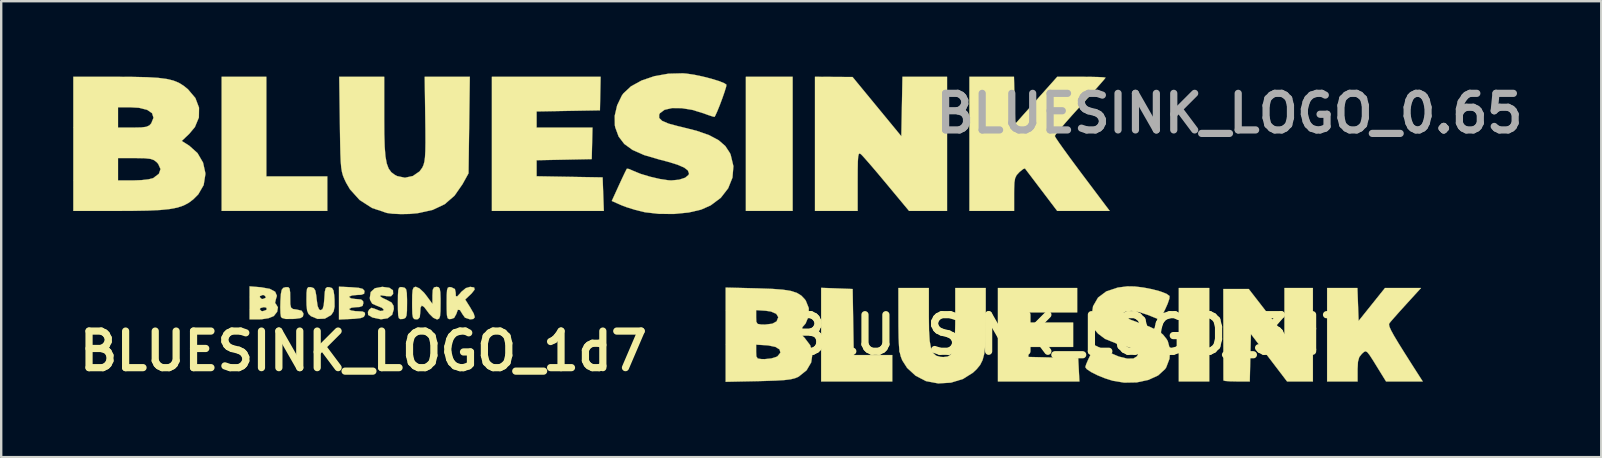
<source format=kicad_pcb>
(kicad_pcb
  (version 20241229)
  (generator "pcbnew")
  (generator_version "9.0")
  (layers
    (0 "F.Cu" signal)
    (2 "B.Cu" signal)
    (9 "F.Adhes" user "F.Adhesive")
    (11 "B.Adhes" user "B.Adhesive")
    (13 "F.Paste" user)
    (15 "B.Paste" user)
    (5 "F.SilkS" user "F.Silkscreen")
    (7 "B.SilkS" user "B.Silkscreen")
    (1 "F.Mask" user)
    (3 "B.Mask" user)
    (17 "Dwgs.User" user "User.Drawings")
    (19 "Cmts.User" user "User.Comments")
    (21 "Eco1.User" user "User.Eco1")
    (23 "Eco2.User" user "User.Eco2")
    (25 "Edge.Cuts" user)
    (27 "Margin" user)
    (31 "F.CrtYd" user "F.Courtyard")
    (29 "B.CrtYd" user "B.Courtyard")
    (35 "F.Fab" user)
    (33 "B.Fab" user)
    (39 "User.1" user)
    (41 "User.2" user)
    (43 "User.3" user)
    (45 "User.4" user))
  (footprint "BLUESINK_LOGO_3d7"
    (layer "F.Cu")
    (at 41.664 10.897)
    (property "Reference" "BLUESINK_LOGO_3d7" (at 0 0 0) (layer "F.SilkS") (effects (font (size 1.524 1.524) (thickness 0.3))))
    (attr through_hole)
    (fp_poly (pts (xy 5.673 1.947) (xy 4.403 1.947) (xy 4.403 -1.947) (xy 5.673 -1.947) (xy 5.673 1.947)) (stroke (width 0.01) (type solid)) (fill yes) (layer "F.SilkS"))
    (fp_poly (pts (xy -9.842 -1.93) (xy -9.186 -1.905) (xy -9.14 0.847) (xy -7.535 0.847) (xy -7.535 1.947) (xy -10.499 1.947) (xy -10.499 -1.954) (xy -9.842 -1.93)) (stroke (width 0.01) (type solid)) (fill yes) (layer "F.SilkS"))
    (fp_poly (pts (xy 0.169 -0.931) (xy -1.863 -0.931) (xy -1.863 -0.508) (xy 0 -0.508) (xy 0 0.508) (xy -1.863 0.508) (xy -1.863 0.926) (xy -0.826 0.95) (xy 0.212 0.974) (xy 0.237 1.46) (xy 0.262 1.947) (xy -3.133 1.947) (xy -3.133 -1.947) (xy 0.169 -1.947) (xy 0.169 -0.931)) (stroke (width 0.01) (type solid)) (fill yes) (layer "F.SilkS"))
    (fp_poly (pts (xy 9.991 1.947) (xy 8.915 1.947) (xy 8.161 0.959) (xy 7.408 -0.029) (xy 7.384 0.959) (xy 7.361 1.947) (xy 6.813 1.947) (xy 6.533 1.941) (xy 6.335 1.926) (xy 6.264 1.905) (xy 6.263 1.812) (xy 6.262 1.574) (xy 6.262 1.216) (xy 6.261 0.763) (xy 6.26 0.24) (xy 6.26 -0.021) (xy 6.258 -1.905) (xy 7.318 -1.905) (xy 8.062 -0.945) (xy 8.805 0.014) (xy 8.805 -1.947) (xy 9.991 -1.947) (xy 9.991 1.947)) (stroke (width 0.01) (type solid)) (fill yes) (layer "F.SilkS"))
    (fp_poly (pts (xy 11.871 -1.262) (xy 11.896 -0.576) (xy 12.994 -1.947) (xy 14.496 -1.947) (xy 13.873 -1.264) (xy 13.612 -0.976) (xy 13.39 -0.726) (xy 13.234 -0.547) (xy 13.176 -0.476) (xy 13.162 -0.421) (xy 13.183 -0.328) (xy 13.249 -0.18) (xy 13.369 0.039) (xy 13.552 0.345) (xy 13.808 0.755) (xy 14.144 1.285) (xy 14.256 1.46) (xy 14.568 1.947) (xy 13.039 1.947) (xy 12.721 1.432) (xy 12.505 1.081) (xy 12.358 0.853) (xy 12.259 0.729) (xy 12.188 0.689) (xy 12.123 0.715) (xy 12.043 0.785) (xy 12.03 0.797) (xy 11.923 0.933) (xy 11.869 1.126) (xy 11.853 1.43) (xy 11.853 1.452) (xy 11.853 1.947) (xy 10.583 1.947) (xy 10.583 -1.947) (xy 11.846 -1.947) (xy 11.871 -1.262)) (stroke (width 0.01) (type solid)) (fill yes) (layer "F.SilkS"))
    (fp_poly (pts (xy -6.011 -0.756) (xy -6.004 -0.175) (xy -5.977 0.258) (xy -5.922 0.564) (xy -5.833 0.763) (xy -5.702 0.876) (xy -5.52 0.924) (xy -5.402 0.93) (xy -5.23 0.91) (xy -5.102 0.835) (xy -5.013 0.683) (xy -4.956 0.434) (xy -4.924 0.067) (xy -4.912 -0.44) (xy -4.911 -0.696) (xy -4.911 -1.947) (xy -3.641 -1.947) (xy -3.641 -0.59) (xy -3.645 0.004) (xy -3.664 0.458) (xy -3.704 0.799) (xy -3.773 1.058) (xy -3.876 1.262) (xy -4.022 1.439) (xy -4.176 1.584) (xy -4.592 1.845) (xy -5.09 1.997) (xy -5.62 2.029) (xy -6.126 1.934) (xy -6.138 1.93) (xy -6.564 1.708) (xy -6.917 1.384) (xy -7.119 1.068) (xy -7.182 0.905) (xy -7.226 0.715) (xy -7.255 0.465) (xy -7.271 0.125) (xy -7.278 -0.337) (xy -7.279 -0.614) (xy -7.281 -1.947) (xy -6.011 -1.947) (xy -6.011 -0.756)) (stroke (width 0.01) (type solid)) (fill yes) (layer "F.SilkS"))
    (fp_poly (pts (xy -13.145 -1.932) (xy -12.547 -1.911) (xy -12.093 -1.877) (xy -11.755 -1.823) (xy -11.508 -1.743) (xy -11.324 -1.629) (xy -11.179 -1.476) (xy -11.139 -1.421) (xy -11.014 -1.111) (xy -11.019 -0.772) (xy -11.148 -0.465) (xy -11.243 -0.356) (xy -11.48 -0.14) (xy -11.196 0.121) (xy -10.953 0.441) (xy -10.861 0.797) (xy -10.914 1.155) (xy -11.106 1.482) (xy -11.433 1.744) (xy -11.447 1.752) (xy -11.587 1.812) (xy -11.77 1.857) (xy -12.027 1.889) (xy -12.384 1.911) (xy -12.871 1.927) (xy -13.102 1.933) (xy -14.478 1.962) (xy -14.478 0.715) (xy -13.208 0.715) (xy -13.199 0.903) (xy -13.142 0.99) (xy -12.989 1.015) (xy -12.843 1.016) (xy -12.575 0.988) (xy -12.355 0.919) (xy -12.314 0.894) (xy -12.196 0.747) (xy -12.232 0.613) (xy -12.405 0.507) (xy -12.701 0.446) (xy -12.772 0.44) (xy -13.208 0.414) (xy -13.208 0.715) (xy -14.478 0.715) (xy -14.478 -0.724) (xy -13.208 -0.724) (xy -13.2 -0.538) (xy -13.143 -0.45) (xy -12.993 -0.425) (xy -12.837 -0.423) (xy -12.534 -0.459) (xy -12.355 -0.557) (xy -12.285 -0.73) (xy -12.369 -0.871) (xy -12.591 -0.967) (xy -12.815 -0.999) (xy -13.208 -1.025) (xy -13.208 -0.724) (xy -14.478 -0.724) (xy -14.478 -1.965) (xy -13.145 -1.932)) (stroke (width 0.01) (type solid)) (fill yes) (layer "F.SilkS"))
    (fp_poly (pts (xy 2.566 -2.011) (xy 2.926 -1.967) (xy 3.297 -1.895) (xy 3.632 -1.805) (xy 3.888 -1.707) (xy 4.019 -1.613) (xy 4.01 -1.501) (xy 3.938 -1.29) (xy 3.843 -1.078) (xy 3.619 -0.621) (xy 3.118 -0.824) (xy 2.757 -0.942) (xy 2.444 -0.994) (xy 2.209 -0.979) (xy 2.086 -0.897) (xy 2.074 -0.847) (xy 2.157 -0.746) (xy 2.399 -0.622) (xy 2.72 -0.504) (xy 3.182 -0.335) (xy 3.511 -0.179) (xy 3.738 -0.013) (xy 3.896 0.182) (xy 3.945 0.269) (xy 4.039 0.615) (xy 4.015 1.003) (xy 3.879 1.361) (xy 3.832 1.432) (xy 3.543 1.696) (xy 3.136 1.883) (xy 2.652 1.986) (xy 2.126 1.996) (xy 1.651 1.918) (xy 1.329 1.816) (xy 1.013 1.688) (xy 0.745 1.553) (xy 0.564 1.43) (xy 0.508 1.35) (xy 0.544 1.231) (xy 0.636 1.019) (xy 0.715 0.856) (xy 0.922 0.447) (xy 1.495 0.736) (xy 1.903 0.909) (xy 2.25 0.995) (xy 2.512 0.991) (xy 2.666 0.896) (xy 2.693 0.826) (xy 2.685 0.73) (xy 2.602 0.645) (xy 2.421 0.558) (xy 2.116 0.457) (xy 1.821 0.372) (xy 1.331 0.174) (xy 1.038 -0.046) (xy 0.862 -0.251) (xy 0.781 -0.451) (xy 0.762 -0.732) (xy 0.762 -0.732) (xy 0.831 -1.189) (xy 1.038 -1.547) (xy 1.381 -1.805) (xy 1.862 -1.965) (xy 2.26 -2.016) (xy 2.566 -2.011)) (stroke (width 0.01) (type solid)) (fill yes) (layer "F.SilkS")))
  (footprint "BLUESINK_LOGO_1d7"
    (layer "F.Cu")
    (at 12.09 9.579)
    (property "Reference" "BLUESINK_LOGO_1d7" (at 0 2 0) (layer "F.SilkS") (effects (font (size 1.524 1.524) (thickness 0.3))))
    (attr through_hole)
    (fp_poly (pts (xy 1.63 -0.662) (xy 1.727 -0.636) (xy 1.784 -0.568) (xy 1.811 -0.42) (xy 1.82 -0.155) (xy 1.82 0) (xy 1.817 0.325) (xy 1.799 0.517) (xy 1.755 0.615) (xy 1.676 0.654) (xy 1.63 0.662) (xy 1.536 0.667) (xy 1.479 0.626) (xy 1.451 0.507) (xy 1.441 0.277) (xy 1.439 0) (xy 1.442 -0.339) (xy 1.455 -0.542) (xy 1.489 -0.641) (xy 1.553 -0.668) (xy 1.63 -0.662)) (stroke (width 0.01) (type solid)) (fill yes) (layer "F.SilkS"))
    (fp_poly (pts (xy -3.073 -0.605) (xy -3.051 -0.446) (xy -3.048 -0.223) (xy -3.044 0.044) (xy -3.014 0.185) (xy -2.935 0.246) (xy -2.782 0.269) (xy -2.773 0.27) (xy -2.574 0.316) (xy -2.501 0.421) (xy -2.498 0.466) (xy -2.522 0.567) (xy -2.621 0.624) (xy -2.836 0.654) (xy -2.943 0.661) (xy -3.236 0.662) (xy -3.393 0.618) (xy -3.434 0.567) (xy -3.454 0.424) (xy -3.461 0.17) (xy -3.455 -0.094) (xy -3.435 -0.39) (xy -3.4 -0.557) (xy -3.336 -0.635) (xy -3.239 -0.662) (xy -3.13 -0.664) (xy -3.073 -0.605)) (stroke (width 0.01) (type solid)) (fill yes) (layer "F.SilkS"))
    (fp_poly (pts (xy -2.18 -0.662) (xy -2.067 -0.624) (xy -2.001 -0.521) (xy -1.962 -0.312) (xy -1.947 -0.169) (xy -1.906 0.121) (xy -1.843 0.267) (xy -1.778 0.296) (xy -1.7 0.25) (xy -1.651 0.091) (xy -1.625 -0.196) (xy -1.606 -0.471) (xy -1.571 -0.615) (xy -1.505 -0.665) (xy -1.414 -0.661) (xy -1.306 -0.626) (xy -1.245 -0.529) (xy -1.214 -0.33) (xy -1.202 -0.152) (xy -1.199 0.15) (xy -1.238 0.343) (xy -1.331 0.484) (xy -1.351 0.504) (xy -1.605 0.648) (xy -1.907 0.66) (xy -2.182 0.546) (xy -2.287 0.449) (xy -2.344 0.311) (xy -2.367 0.085) (xy -2.371 -0.138) (xy -2.367 -0.433) (xy -2.347 -0.596) (xy -2.297 -0.661) (xy -2.204 -0.665) (xy -2.18 -0.662)) (stroke (width 0.01) (type solid)) (fill yes) (layer "F.SilkS"))
    (fp_poly (pts (xy -0.495 -0.66) (xy -0.196 -0.636) (xy -0.03 -0.594) (xy 0.04 -0.521) (xy 0.048 -0.487) (xy 0.03 -0.389) (xy -0.09 -0.346) (xy -0.261 -0.339) (xy -0.471 -0.319) (xy -0.585 -0.272) (xy -0.593 -0.254) (xy -0.518 -0.198) (xy -0.335 -0.17) (xy -0.296 -0.169) (xy -0.092 -0.15) (xy -0.01 -0.076) (xy 0 0) (xy -0.033 0.117) (xy -0.163 0.164) (xy -0.296 0.169) (xy -0.492 0.191) (xy -0.59 0.243) (xy -0.593 0.254) (xy -0.517 0.307) (xy -0.329 0.336) (xy -0.248 0.339) (xy -0.027 0.352) (xy 0.065 0.402) (xy 0.069 0.487) (xy 0.019 0.573) (xy -0.115 0.625) (xy -0.369 0.654) (xy -0.488 0.66) (xy -1.016 0.685) (xy -1.016 -0.685) (xy -0.495 -0.66)) (stroke (width 0.01) (type solid)) (fill yes) (layer "F.SilkS"))
    (fp_poly (pts (xy 1.083 -0.638) (xy 1.234 -0.534) (xy 1.24 -0.383) (xy 1.156 -0.287) (xy 0.982 -0.286) (xy 0.931 -0.296) (xy 0.735 -0.324) (xy 0.69 -0.294) (xy 0.794 -0.216) (xy 0.974 -0.132) (xy 1.176 -0.023) (xy 1.259 0.114) (xy 1.27 0.247) (xy 1.201 0.485) (xy 1.012 0.632) (xy 0.734 0.675) (xy 0.396 0.604) (xy 0.36 0.59) (xy 0.2 0.494) (xy 0.191 0.368) (xy 0.245 0.266) (xy 0.341 0.196) (xy 0.492 0.245) (xy 0.704 0.329) (xy 0.828 0.315) (xy 0.847 0.266) (xy 0.774 0.197) (xy 0.597 0.123) (xy 0.572 0.115) (xy 0.368 0.024) (xy 0.281 -0.131) (xy 0.268 -0.21) (xy 0.306 -0.461) (xy 0.481 -0.619) (xy 0.783 -0.676) (xy 0.799 -0.676) (xy 1.083 -0.638)) (stroke (width 0.01) (type solid)) (fill yes) (layer "F.SilkS"))
    (fp_poly (pts (xy 4.616 -0.651) (xy 4.637 -0.563) (xy 4.511 -0.403) (xy 4.45 -0.344) (xy 4.244 -0.15) (xy 4.45 0.178) (xy 4.6 0.438) (xy 4.644 0.591) (xy 4.581 0.662) (xy 4.443 0.677) (xy 4.234 0.607) (xy 4.133 0.466) (xy 4.024 0.29) (xy 3.938 0.277) (xy 3.882 0.428) (xy 3.879 0.445) (xy 3.783 0.616) (xy 3.662 0.662) (xy 3.568 0.667) (xy 3.511 0.626) (xy 3.483 0.507) (xy 3.473 0.277) (xy 3.471 0) (xy 3.474 -0.339) (xy 3.487 -0.542) (xy 3.521 -0.641) (xy 3.585 -0.668) (xy 3.662 -0.662) (xy 3.815 -0.586) (xy 3.846 -0.445) (xy 3.854 -0.292) (xy 3.908 -0.277) (xy 4.027 -0.401) (xy 4.079 -0.466) (xy 4.271 -0.625) (xy 4.451 -0.677) (xy 4.616 -0.651)) (stroke (width 0.01) (type solid)) (fill yes) (layer "F.SilkS"))
    (fp_poly (pts (xy -4.263 -0.659) (xy -3.896 -0.593) (xy -3.673 -0.472) (xy -3.602 -0.302) (xy -3.644 -0.163) (xy -3.679 -0.006) (xy -3.641 0.042) (xy -3.559 0.176) (xy -3.591 0.36) (xy -3.722 0.529) (xy -3.744 0.546) (xy -3.952 0.629) (xy -4.242 0.674) (xy -4.337 0.677) (xy -4.741 0.677) (xy -4.741 0.254) (xy -4.318 0.254) (xy -4.25 0.33) (xy -4.196 0.339) (xy -4.052 0.287) (xy -4.022 0.254) (xy -4.048 0.187) (xy -4.144 0.169) (xy -4.284 0.204) (xy -4.318 0.254) (xy -4.741 0.254) (xy -4.741 -0.254) (xy -4.318 -0.254) (xy -4.249 -0.179) (xy -4.191 -0.169) (xy -4.078 -0.215) (xy -4.064 -0.254) (xy -4.133 -0.329) (xy -4.191 -0.339) (xy -4.304 -0.293) (xy -4.318 -0.254) (xy -4.741 -0.254) (xy -4.741 -0.698) (xy -4.263 -0.659)) (stroke (width 0.01) (type solid)) (fill yes) (layer "F.SilkS"))
    (fp_poly (pts (xy 3.132 -0.663) (xy 3.183 -0.598) (xy 3.208 -0.448) (xy 3.217 -0.179) (xy 3.217 0) (xy 3.213 0.339) (xy 3.196 0.542) (xy 3.158 0.643) (xy 3.091 0.676) (xy 3.059 0.677) (xy 2.915 0.612) (xy 2.748 0.448) (xy 2.699 0.382) (xy 2.535 0.166) (xy 2.433 0.102) (xy 2.382 0.191) (xy 2.371 0.381) (xy 2.352 0.585) (xy 2.278 0.668) (xy 2.201 0.677) (xy 2.117 0.663) (xy 2.066 0.598) (xy 2.041 0.448) (xy 2.033 0.179) (xy 2.032 0) (xy 2.036 -0.338) (xy 2.053 -0.541) (xy 2.091 -0.642) (xy 2.158 -0.675) (xy 2.194 -0.677) (xy 2.34 -0.611) (xy 2.524 -0.438) (xy 2.617 -0.322) (xy 2.879 0.033) (xy 2.879 -0.322) (xy 2.891 -0.55) (xy 2.944 -0.654) (xy 3.048 -0.677) (xy 3.132 -0.663)) (stroke (width 0.01) (type solid)) (fill yes) (layer "F.SilkS")))
  (footprint "BLUESINK_LOGO_0.65"
    (layer "F.Cu")
    (at 21.51 2.944)
    (property "Reference" "BLUESINK_LOGO_0.65" (at 26.67 -1.27 0) (layer "F.Fab") (effects (font (size 1.524 1.524) (thickness 0.3))))
    (attr through_hole)
    (fp_poly (pts (xy 8.467 2.794) (xy 6.519 2.794) (xy 6.519 -2.794) (xy 8.467 -2.794) (xy 8.467 2.794)) (stroke (width 0.01) (type solid)) (fill yes) (layer "F.SilkS"))
    (fp_poly (pts (xy -13.462 1.355) (xy -10.922 1.355) (xy -10.922 2.794) (xy -15.325 2.794) (xy -15.325 -2.794) (xy -13.462 -2.794) (xy -13.462 1.355)) (stroke (width 0.01) (type solid)) (fill yes) (layer "F.SilkS"))
    (fp_poly (pts (xy 0.438 -1.397) (xy -0.881 -1.374) (xy -2.201 -1.35) (xy -2.201 -0.677) (xy -1.037 -0.677) (xy 0.127 -0.677) (xy 0.096 0.635) (xy -1.052 0.659) (xy -2.201 0.682) (xy -2.201 1.35) (xy -0.826 1.374) (xy 0.55 1.397) (xy 0.575 2.095) (xy 0.6 2.794) (xy -4.064 2.794) (xy -4.064 -2.794) (xy -1.799 -2.794) (xy 0.466 -2.794) (xy 0.438 -1.397)) (stroke (width 0.01) (type solid)) (fill yes) (layer "F.SilkS"))
    (fp_poly (pts (xy 14.901 2.794) (xy 13.318 2.794) (xy 12.381 1.668) (xy 12.065 1.29) (xy 11.779 0.953) (xy 11.542 0.681) (xy 11.377 0.496) (xy 11.311 0.43) (xy 11.258 0.4) (xy 11.222 0.427) (xy 11.198 0.534) (xy 11.184 0.742) (xy 11.178 1.075) (xy 11.176 1.555) (xy 11.176 2.794) (xy 9.398 2.794) (xy 9.398 -2.794) (xy 10.964 -2.785) (xy 12.996 -0.317) (xy 13.043 -2.794) (xy 14.901 -2.794) (xy 14.901 2.794)) (stroke (width 0.01) (type solid)) (fill yes) (layer "F.SilkS"))
    (fp_poly (pts (xy 17.714 -1.811) (xy 17.738 -0.827) (xy 18.615 -1.811) (xy 19.492 -2.794) (xy 20.498 -2.794) (xy 20.889 -2.791) (xy 21.209 -2.784) (xy 21.425 -2.772) (xy 21.505 -2.758) (xy 21.505 -2.758) (xy 21.451 -2.687) (xy 21.3 -2.512) (xy 21.07 -2.253) (xy 20.779 -1.929) (xy 20.447 -1.565) (xy 20.112 -1.194) (xy 19.821 -0.864) (xy 19.591 -0.596) (xy 19.441 -0.41) (xy 19.389 -0.328) (xy 19.438 -0.24) (xy 19.574 -0.038) (xy 19.785 0.258) (xy 20.054 0.628) (xy 20.368 1.051) (xy 20.533 1.272) (xy 21.678 2.794) (xy 19.491 2.794) (xy 18.832 1.926) (xy 18.583 1.598) (xy 18.373 1.321) (xy 18.221 1.121) (xy 18.149 1.026) (xy 18.146 1.023) (xy 18.073 1.05) (xy 17.931 1.163) (xy 17.907 1.186) (xy 17.802 1.3) (xy 17.739 1.428) (xy 17.707 1.615) (xy 17.696 1.907) (xy 17.695 2.089) (xy 17.695 2.794) (xy 15.833 2.794) (xy 15.833 -2.794) (xy 17.69 -2.794) (xy 17.714 -1.811)) (stroke (width 0.01) (type solid)) (fill yes) (layer "F.SilkS"))
    (fp_poly (pts (xy -8.551 -1.079) (xy -8.547 -0.405) (xy -8.531 0.122) (xy -8.499 0.523) (xy -8.445 0.819) (xy -8.366 1.031) (xy -8.256 1.182) (xy -8.11 1.291) (xy -8.011 1.343) (xy -7.687 1.411) (xy -7.358 1.34) (xy -7.08 1.149) (xy -6.964 0.992) (xy -6.914 0.881) (xy -6.877 0.746) (xy -6.852 0.56) (xy -6.837 0.298) (xy -6.832 -0.063) (xy -6.834 -0.55) (xy -6.84 -1.037) (xy -6.864 -2.794) (xy -4.984 -2.794) (xy -5.011 -0.783) (xy -5.038 1.228) (xy -5.289 1.681) (xy -5.622 2.16) (xy -6.03 2.514) (xy -6.533 2.752) (xy -7.151 2.888) (xy -7.493 2.92) (xy -7.856 2.927) (xy -8.208 2.911) (xy -8.439 2.88) (xy -9.057 2.673) (xy -9.576 2.339) (xy -9.979 1.892) (xy -10.137 1.621) (xy -10.212 1.465) (xy -10.269 1.324) (xy -10.311 1.172) (xy -10.342 0.985) (xy -10.363 0.736) (xy -10.377 0.401) (xy -10.387 -0.045) (xy -10.396 -0.628) (xy -10.398 -0.826) (xy -10.425 -2.794) (xy -8.551 -2.794) (xy -8.551 -1.079)) (stroke (width 0.01) (type solid)) (fill yes) (layer "F.SilkS"))
    (fp_poly (pts (xy -19.007 -2.79) (xy -18.429 -2.777) (xy -17.973 -2.75) (xy -17.616 -2.704) (xy -17.335 -2.637) (xy -17.107 -2.544) (xy -16.909 -2.42) (xy -16.73 -2.276) (xy -16.419 -1.909) (xy -16.267 -1.508) (xy -16.273 -1.098) (xy -16.439 -0.7) (xy -16.672 -0.421) (xy -16.987 -0.121) (xy -16.673 0.078) (xy -16.331 0.384) (xy -16.099 0.781) (xy -16.003 1.219) (xy -16.002 1.265) (xy -16.074 1.717) (xy -16.298 2.104) (xy -16.511 2.316) (xy -16.702 2.459) (xy -16.914 2.57) (xy -17.169 2.655) (xy -17.489 2.716) (xy -17.896 2.757) (xy -18.412 2.781) (xy -19.061 2.792) (xy -19.573 2.794) (xy -21.505 2.794) (xy -21.505 0.593) (xy -19.643 0.593) (xy -19.643 1.524) (xy -19.002 1.524) (xy -18.664 1.511) (xy -18.373 1.478) (xy -18.186 1.431) (xy -18.177 1.427) (xy -17.94 1.248) (xy -17.871 1.05) (xy -17.97 0.833) (xy -18.034 0.762) (xy -18.146 0.677) (xy -18.298 0.625) (xy -18.532 0.6) (xy -18.891 0.593) (xy -18.923 0.593) (xy -19.643 0.593) (xy -21.505 0.593) (xy -21.505 -1.524) (xy -19.643 -1.524) (xy -19.643 -0.677) (xy -19.012 -0.677) (xy -18.676 -0.684) (xy -18.467 -0.71) (xy -18.34 -0.766) (xy -18.26 -0.852) (xy -18.164 -1.086) (xy -18.224 -1.277) (xy -18.431 -1.418) (xy -18.775 -1.503) (xy -19.139 -1.524) (xy -19.643 -1.524) (xy -21.505 -1.524) (xy -21.505 -2.794) (xy -19.732 -2.794) (xy -19.007 -2.79)) (stroke (width 0.01) (type solid)) (fill yes) (layer "F.SilkS"))
    (fp_poly (pts (xy 4.041 -2.927) (xy 4.358 -2.881) (xy 4.717 -2.806) (xy 5.074 -2.715) (xy 5.387 -2.619) (xy 5.614 -2.53) (xy 5.709 -2.466) (xy 5.694 -2.371) (xy 5.631 -2.167) (xy 5.538 -1.899) (xy 5.431 -1.613) (xy 5.327 -1.357) (xy 5.244 -1.176) (xy 5.213 -1.124) (xy 5.132 -1.141) (xy 4.941 -1.204) (xy 4.759 -1.271) (xy 4.282 -1.417) (xy 3.832 -1.489) (xy 3.438 -1.49) (xy 3.13 -1.419) (xy 2.938 -1.278) (xy 2.905 -1.217) (xy 2.906 -1.078) (xy 3.032 -0.956) (xy 3.298 -0.843) (xy 3.717 -0.73) (xy 3.801 -0.712) (xy 4.47 -0.543) (xy 4.99 -0.361) (xy 5.381 -0.153) (xy 5.662 0.091) (xy 5.853 0.382) (xy 5.884 0.451) (xy 5.999 0.93) (xy 5.96 1.405) (xy 5.78 1.853) (xy 5.473 2.248) (xy 5.051 2.564) (xy 4.654 2.74) (xy 4.138 2.86) (xy 3.533 2.92) (xy 2.907 2.918) (xy 2.329 2.852) (xy 2.27 2.84) (xy 1.905 2.75) (xy 1.542 2.637) (xy 1.318 2.551) (xy 0.931 2.38) (xy 1.231 1.723) (xy 1.37 1.422) (xy 1.483 1.185) (xy 1.551 1.051) (xy 1.561 1.035) (xy 1.65 1.048) (xy 1.821 1.122) (xy 1.837 1.13) (xy 2.134 1.251) (xy 2.523 1.368) (xy 2.931 1.463) (xy 3.288 1.517) (xy 3.415 1.524) (xy 3.737 1.493) (xy 3.989 1.411) (xy 4.131 1.294) (xy 4.149 1.232) (xy 4.101 1.106) (xy 3.947 0.988) (xy 3.669 0.868) (xy 3.25 0.74) (xy 2.91 0.652) (xy 2.28 0.467) (xy 1.8 0.256) (xy 1.452 0.004) (xy 1.218 -0.302) (xy 1.079 -0.677) (xy 1.059 -0.77) (xy 1.053 -1.168) (xy 1.155 -1.605) (xy 1.347 -2.005) (xy 1.41 -2.097) (xy 1.729 -2.395) (xy 2.174 -2.64) (xy 2.708 -2.821) (xy 3.294 -2.924) (xy 3.893 -2.939) (xy 4.041 -2.927)) (stroke (width 0.01) (type solid)) (fill yes) (layer "F.SilkS")))
  (gr_rect
    (start -3 -3)
    (end 63.67 15.997)
    (stroke (width 0.1) (type default))
    (fill no)
    (layer "Edge.Cuts")))
</source>
